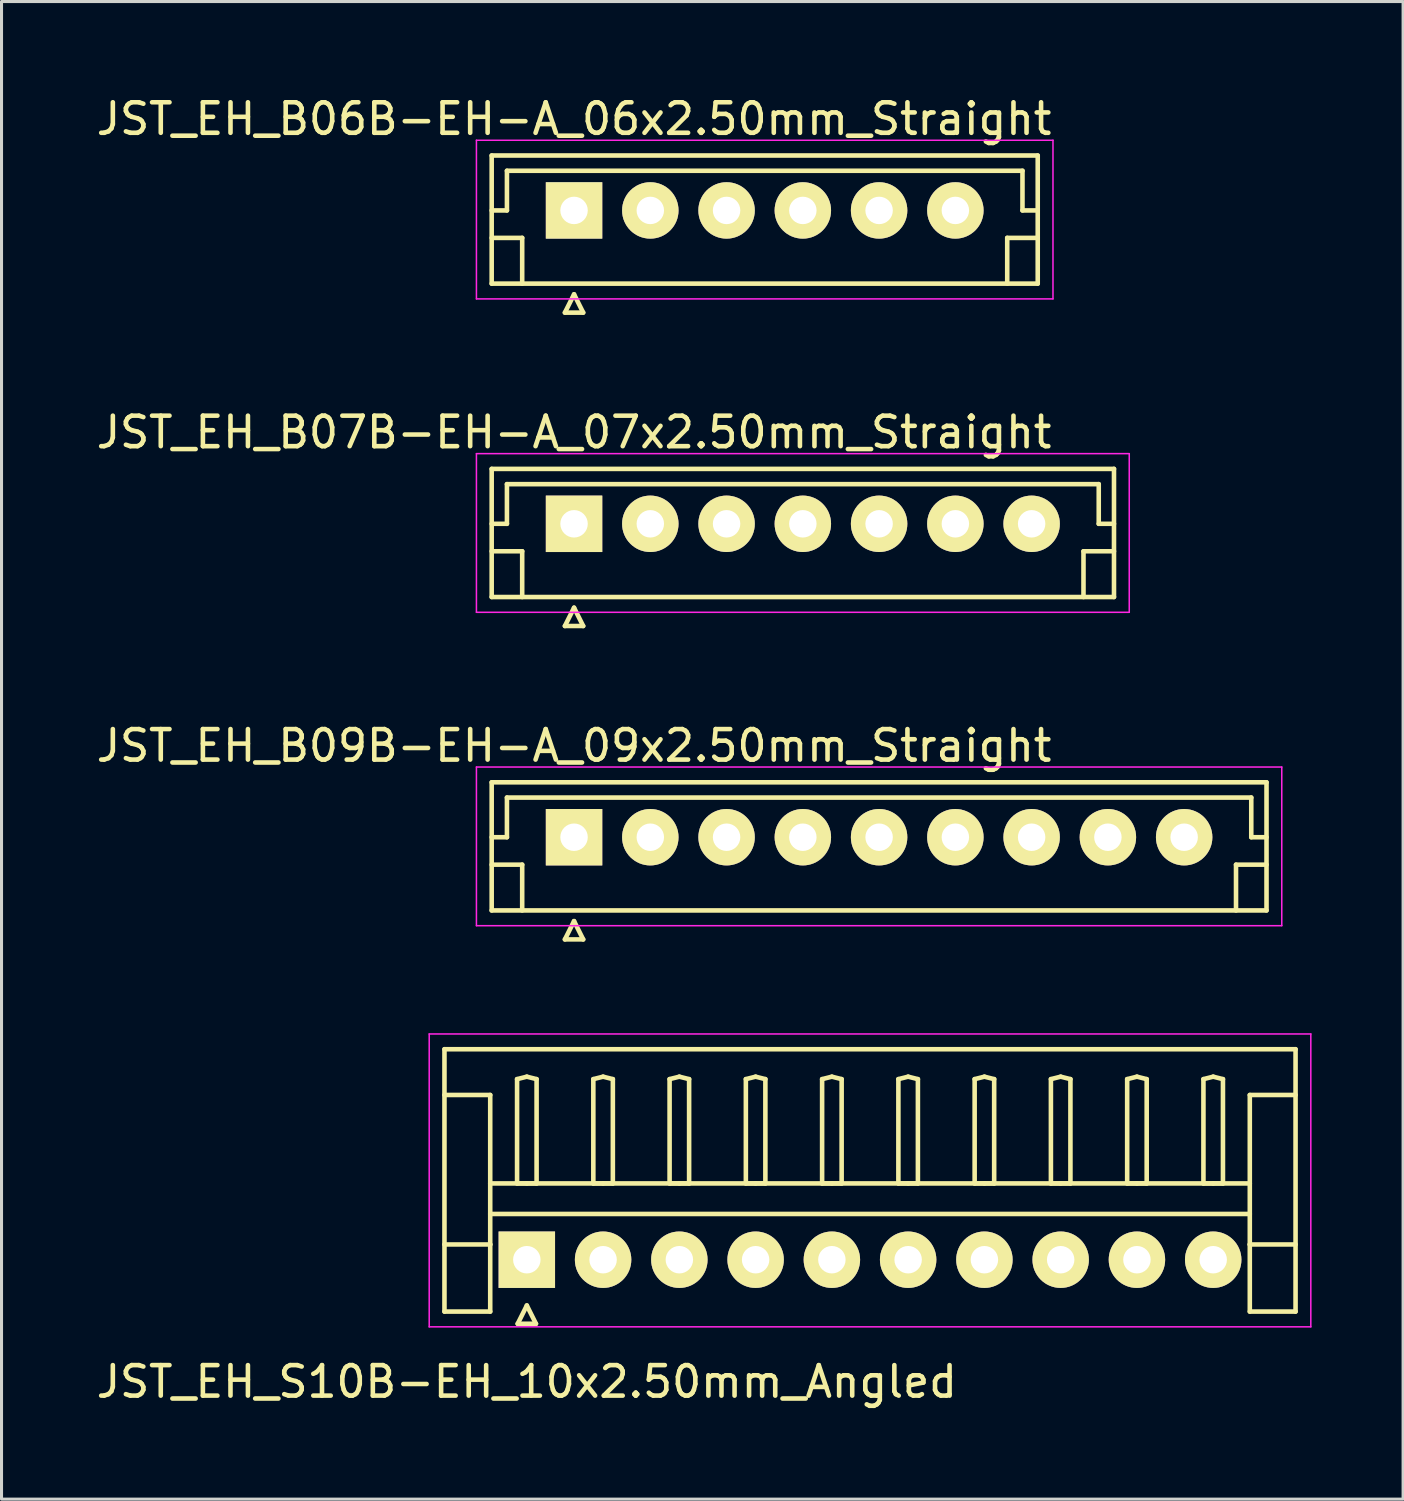
<source format=kicad_pcb>
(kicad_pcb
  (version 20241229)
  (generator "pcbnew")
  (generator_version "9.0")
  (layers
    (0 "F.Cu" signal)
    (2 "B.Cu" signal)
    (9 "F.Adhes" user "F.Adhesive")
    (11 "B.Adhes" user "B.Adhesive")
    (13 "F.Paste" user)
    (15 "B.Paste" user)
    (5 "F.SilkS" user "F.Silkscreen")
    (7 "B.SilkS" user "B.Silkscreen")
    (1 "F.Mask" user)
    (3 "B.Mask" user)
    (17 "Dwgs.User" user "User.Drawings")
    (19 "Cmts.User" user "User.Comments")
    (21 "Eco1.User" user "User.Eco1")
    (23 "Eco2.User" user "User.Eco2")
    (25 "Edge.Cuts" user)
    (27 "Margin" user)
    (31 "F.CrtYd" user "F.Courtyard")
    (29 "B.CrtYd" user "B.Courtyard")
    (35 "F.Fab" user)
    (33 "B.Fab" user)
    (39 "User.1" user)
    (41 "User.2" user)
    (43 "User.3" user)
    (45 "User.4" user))
  (footprint "JST_EH_B07B-EH-A_07x2.50mm_Straight"
    (layer "F.Cu")
    (at 15.768 14.121)
    (property "Reference" "JST_EH_B07B-EH-A_07x2.50mm_Straight" (at 0 -3 0) (layer "F.SilkS") (effects (font (size 1 1) (thickness 0.15))))
    (attr through_hole)
    (fp_line (start -2.7 -1.8) (end -2.7 2.4) (stroke (width 0.15) (type solid)) (layer "F.SilkS"))
    (fp_line (start -2.7 0) (end -2.2 0) (stroke (width 0.15) (type solid)) (layer "F.SilkS"))
    (fp_line (start -2.7 0.9) (end -1.7 0.9) (stroke (width 0.15) (type solid)) (layer "F.SilkS"))
    (fp_line (start -2.7 2.4) (end 17.7 2.4) (stroke (width 0.15) (type solid)) (layer "F.SilkS"))
    (fp_line (start -2.2 -1.3) (end 17.2 -1.3) (stroke (width 0.15) (type solid)) (layer "F.SilkS"))
    (fp_line (start -2.2 0) (end -2.2 -1.3) (stroke (width 0.15) (type solid)) (layer "F.SilkS"))
    (fp_line (start -1.7 0.9) (end -1.7 2.4) (stroke (width 0.15) (type solid)) (layer "F.SilkS"))
    (fp_line (start -0.3 3.35) (end 0.3 3.35) (stroke (width 0.15) (type solid)) (layer "F.SilkS"))
    (fp_line (start 0 2.75) (end -0.3 3.35) (stroke (width 0.15) (type solid)) (layer "F.SilkS"))
    (fp_line (start 0.3 3.35) (end 0 2.75) (stroke (width 0.15) (type solid)) (layer "F.SilkS"))
    (fp_line (start 16.7 0.9) (end 16.7 2.4) (stroke (width 0.15) (type solid)) (layer "F.SilkS"))
    (fp_line (start 17.2 -1.3) (end 17.2 0) (stroke (width 0.15) (type solid)) (layer "F.SilkS"))
    (fp_line (start 17.2 0) (end 17.7 0) (stroke (width 0.15) (type solid)) (layer "F.SilkS"))
    (fp_line (start 17.7 -1.8) (end -2.7 -1.8) (stroke (width 0.15) (type solid)) (layer "F.SilkS"))
    (fp_line (start 17.7 0.9) (end 16.7 0.9) (stroke (width 0.15) (type solid)) (layer "F.SilkS"))
    (fp_line (start 17.7 2.4) (end 17.7 -1.8) (stroke (width 0.15) (type solid)) (layer "F.SilkS"))
    (fp_line (start -3.2 -2.3) (end -3.2 2.9) (stroke (width 0.05) (type solid)) (layer "F.CrtYd"))
    (fp_line (start -3.2 2.9) (end 18.2 2.9) (stroke (width 0.05) (type solid)) (layer "F.CrtYd"))
    (fp_line (start 18.2 -2.3) (end -3.2 -2.3) (stroke (width 0.05) (type solid)) (layer "F.CrtYd"))
    (fp_line (start 18.2 2.9) (end 18.2 -2.3) (stroke (width 0.05) (type solid)) (layer "F.CrtYd"))
    (pad "1" thru_hole rect (at 0 0) (size 1.85 1.85) (drill 0.9) (layers "*.Cu" "*.Mask" "F.SilkS"))
    (pad "2" thru_hole circle (at 2.5 0) (size 1.85 1.85) (drill 0.9) (layers "*.Cu" "*.Mask" "F.SilkS"))
    (pad "3" thru_hole circle (at 5 0) (size 1.85 1.85) (drill 0.9) (layers "*.Cu" "*.Mask" "F.SilkS"))
    (pad "4" thru_hole circle (at 7.5 0) (size 1.85 1.85) (drill 0.9) (layers "*.Cu" "*.Mask" "F.SilkS"))
    (pad "5" thru_hole circle (at 10 0) (size 1.85 1.85) (drill 0.9) (layers "*.Cu" "*.Mask" "F.SilkS"))
    (pad "6" thru_hole circle (at 12.5 0) (size 1.85 1.85) (drill 0.9) (layers "*.Cu" "*.Mask" "F.SilkS"))
    (pad "7" thru_hole circle (at 15 0) (size 1.85 1.85) (drill 0.9) (layers "*.Cu" "*.Mask" "F.SilkS")))
  (footprint "JST_EH_B06B-EH-A_06x2.50mm_Straight"
    (layer "F.Cu")
    (at 15.768 3.848)
    (property "Reference" "JST_EH_B06B-EH-A_06x2.50mm_Straight" (at 0 -3 0) (layer "F.SilkS") (effects (font (size 1 1) (thickness 0.15))))
    (attr through_hole)
    (fp_line (start -2.7 -1.8) (end -2.7 2.4) (stroke (width 0.15) (type solid)) (layer "F.SilkS"))
    (fp_line (start -2.7 0) (end -2.2 0) (stroke (width 0.15) (type solid)) (layer "F.SilkS"))
    (fp_line (start -2.7 0.9) (end -1.7 0.9) (stroke (width 0.15) (type solid)) (layer "F.SilkS"))
    (fp_line (start -2.7 2.4) (end 15.2 2.4) (stroke (width 0.15) (type solid)) (layer "F.SilkS"))
    (fp_line (start -2.2 -1.3) (end 14.7 -1.3) (stroke (width 0.15) (type solid)) (layer "F.SilkS"))
    (fp_line (start -2.2 0) (end -2.2 -1.3) (stroke (width 0.15) (type solid)) (layer "F.SilkS"))
    (fp_line (start -1.7 0.9) (end -1.7 2.4) (stroke (width 0.15) (type solid)) (layer "F.SilkS"))
    (fp_line (start -0.3 3.35) (end 0.3 3.35) (stroke (width 0.15) (type solid)) (layer "F.SilkS"))
    (fp_line (start 0 2.75) (end -0.3 3.35) (stroke (width 0.15) (type solid)) (layer "F.SilkS"))
    (fp_line (start 0.3 3.35) (end 0 2.75) (stroke (width 0.15) (type solid)) (layer "F.SilkS"))
    (fp_line (start 14.2 0.9) (end 14.2 2.4) (stroke (width 0.15) (type solid)) (layer "F.SilkS"))
    (fp_line (start 14.7 -1.3) (end 14.7 0) (stroke (width 0.15) (type solid)) (layer "F.SilkS"))
    (fp_line (start 14.7 0) (end 15.2 0) (stroke (width 0.15) (type solid)) (layer "F.SilkS"))
    (fp_line (start 15.2 -1.8) (end -2.7 -1.8) (stroke (width 0.15) (type solid)) (layer "F.SilkS"))
    (fp_line (start 15.2 0.9) (end 14.2 0.9) (stroke (width 0.15) (type solid)) (layer "F.SilkS"))
    (fp_line (start 15.2 2.4) (end 15.2 -1.8) (stroke (width 0.15) (type solid)) (layer "F.SilkS"))
    (fp_line (start -3.2 -2.3) (end -3.2 2.9) (stroke (width 0.05) (type solid)) (layer "F.CrtYd"))
    (fp_line (start -3.2 2.9) (end 15.7 2.9) (stroke (width 0.05) (type solid)) (layer "F.CrtYd"))
    (fp_line (start 15.7 -2.3) (end -3.2 -2.3) (stroke (width 0.05) (type solid)) (layer "F.CrtYd"))
    (fp_line (start 15.7 2.9) (end 15.7 -2.3) (stroke (width 0.05) (type solid)) (layer "F.CrtYd"))
    (pad "1" thru_hole rect (at 0 0) (size 1.85 1.85) (drill 0.9) (layers "*.Cu" "*.Mask" "F.SilkS"))
    (pad "2" thru_hole circle (at 2.5 0) (size 1.85 1.85) (drill 0.9) (layers "*.Cu" "*.Mask" "F.SilkS"))
    (pad "3" thru_hole circle (at 5 0) (size 1.85 1.85) (drill 0.9) (layers "*.Cu" "*.Mask" "F.SilkS"))
    (pad "4" thru_hole circle (at 7.5 0) (size 1.85 1.85) (drill 0.9) (layers "*.Cu" "*.Mask" "F.SilkS"))
    (pad "5" thru_hole circle (at 10 0) (size 1.85 1.85) (drill 0.9) (layers "*.Cu" "*.Mask" "F.SilkS"))
    (pad "6" thru_hole circle (at 12.5 0) (size 1.85 1.85) (drill 0.9) (layers "*.Cu" "*.Mask" "F.SilkS")))
  (footprint "JST_EH_B09B-EH-A_09x2.50mm_Straight"
    (layer "F.Cu")
    (at 15.768 24.395)
    (property "Reference" "JST_EH_B09B-EH-A_09x2.50mm_Straight" (at 0 -3 0) (layer "F.SilkS") (effects (font (size 1 1) (thickness 0.15))))
    (attr through_hole)
    (fp_line (start -2.7 -1.8) (end -2.7 2.4) (stroke (width 0.15) (type solid)) (layer "F.SilkS"))
    (fp_line (start -2.7 0) (end -2.2 0) (stroke (width 0.15) (type solid)) (layer "F.SilkS"))
    (fp_line (start -2.7 0.9) (end -1.7 0.9) (stroke (width 0.15) (type solid)) (layer "F.SilkS"))
    (fp_line (start -2.7 2.4) (end 22.7 2.4) (stroke (width 0.15) (type solid)) (layer "F.SilkS"))
    (fp_line (start -2.2 -1.3) (end 22.2 -1.3) (stroke (width 0.15) (type solid)) (layer "F.SilkS"))
    (fp_line (start -2.2 0) (end -2.2 -1.3) (stroke (width 0.15) (type solid)) (layer "F.SilkS"))
    (fp_line (start -1.7 0.9) (end -1.7 2.4) (stroke (width 0.15) (type solid)) (layer "F.SilkS"))
    (fp_line (start -0.3 3.35) (end 0.3 3.35) (stroke (width 0.15) (type solid)) (layer "F.SilkS"))
    (fp_line (start 0 2.75) (end -0.3 3.35) (stroke (width 0.15) (type solid)) (layer "F.SilkS"))
    (fp_line (start 0.3 3.35) (end 0 2.75) (stroke (width 0.15) (type solid)) (layer "F.SilkS"))
    (fp_line (start 21.7 0.9) (end 21.7 2.4) (stroke (width 0.15) (type solid)) (layer "F.SilkS"))
    (fp_line (start 22.2 -1.3) (end 22.2 0) (stroke (width 0.15) (type solid)) (layer "F.SilkS"))
    (fp_line (start 22.2 0) (end 22.7 0) (stroke (width 0.15) (type solid)) (layer "F.SilkS"))
    (fp_line (start 22.7 -1.8) (end -2.7 -1.8) (stroke (width 0.15) (type solid)) (layer "F.SilkS"))
    (fp_line (start 22.7 0.9) (end 21.7 0.9) (stroke (width 0.15) (type solid)) (layer "F.SilkS"))
    (fp_line (start 22.7 2.4) (end 22.7 -1.8) (stroke (width 0.15) (type solid)) (layer "F.SilkS"))
    (fp_line (start -3.2 -2.3) (end -3.2 2.9) (stroke (width 0.05) (type solid)) (layer "F.CrtYd"))
    (fp_line (start -3.2 2.9) (end 23.2 2.9) (stroke (width 0.05) (type solid)) (layer "F.CrtYd"))
    (fp_line (start 23.2 -2.3) (end -3.2 -2.3) (stroke (width 0.05) (type solid)) (layer "F.CrtYd"))
    (fp_line (start 23.2 2.9) (end 23.2 -2.3) (stroke (width 0.05) (type solid)) (layer "F.CrtYd"))
    (pad "1" thru_hole rect (at 0 0) (size 1.85 1.85) (drill 0.9) (layers "*.Cu" "*.Mask" "F.SilkS"))
    (pad "2" thru_hole circle (at 2.5 0) (size 1.85 1.85) (drill 0.9) (layers "*.Cu" "*.Mask" "F.SilkS"))
    (pad "3" thru_hole circle (at 5 0) (size 1.85 1.85) (drill 0.9) (layers "*.Cu" "*.Mask" "F.SilkS"))
    (pad "4" thru_hole circle (at 7.5 0) (size 1.85 1.85) (drill 0.9) (layers "*.Cu" "*.Mask" "F.SilkS"))
    (pad "5" thru_hole circle (at 10 0) (size 1.85 1.85) (drill 0.9) (layers "*.Cu" "*.Mask" "F.SilkS"))
    (pad "6" thru_hole circle (at 12.5 0) (size 1.85 1.85) (drill 0.9) (layers "*.Cu" "*.Mask" "F.SilkS"))
    (pad "7" thru_hole circle (at 15 0) (size 1.85 1.85) (drill 0.9) (layers "*.Cu" "*.Mask" "F.SilkS"))
    (pad "8" thru_hole circle (at 17.5 0) (size 1.85 1.85) (drill 0.9) (layers "*.Cu" "*.Mask" "F.SilkS"))
    (pad "9" thru_hole circle (at 20 0) (size 1.85 1.85) (drill 0.9) (layers "*.Cu" "*.Mask" "F.SilkS")))
  (footprint "JST_EH_S10B-EH_10x2.50mm_Angled"
    (layer "F.Cu")
    (at 14.22 38.245)
    (property "Reference" "JST_EH_S10B-EH_10x2.50mm_Angled" (at 0 4 0) (layer "F.SilkS") (effects (font (size 1 1) (thickness 0.15))))
    (attr through_hole)
    (fp_line (start -2.7 -6.9) (end 25.2 -6.9) (stroke (width 0.15) (type solid)) (layer "F.SilkS"))
    (fp_line (start -2.7 -5.4) (end -1.2 -5.4) (stroke (width 0.15) (type solid)) (layer "F.SilkS"))
    (fp_line (start -2.7 1.7) (end -2.7 -6.9) (stroke (width 0.15) (type solid)) (layer "F.SilkS"))
    (fp_line (start -1.2 -5.4) (end -1.2 -0.5) (stroke (width 0.15) (type solid)) (layer "F.SilkS"))
    (fp_line (start -1.2 -2.5) (end 23.7 -2.5) (stroke (width 0.15) (type solid)) (layer "F.SilkS"))
    (fp_line (start -1.2 -1.5) (end 23.7 -1.5) (stroke (width 0.15) (type solid)) (layer "F.SilkS"))
    (fp_line (start -1.2 -0.5) (end -2.7 -0.5) (stroke (width 0.15) (type solid)) (layer "F.SilkS"))
    (fp_line (start -1.2 -0.5) (end -1.2 1.7) (stroke (width 0.15) (type solid)) (layer "F.SilkS"))
    (fp_line (start -1.2 1.7) (end -2.7 1.7) (stroke (width 0.15) (type solid)) (layer "F.SilkS"))
    (fp_line (start -0.32 -5.92) (end 0 -6) (stroke (width 0.15) (type solid)) (layer "F.SilkS"))
    (fp_line (start -0.32 -2.5) (end -0.32 -5.92) (stroke (width 0.15) (type solid)) (layer "F.SilkS"))
    (fp_line (start -0.3 2.1) (end 0.3 2.1) (stroke (width 0.15) (type solid)) (layer "F.SilkS"))
    (fp_line (start 0 -6) (end 0.32 -5.92) (stroke (width 0.15) (type solid)) (layer "F.SilkS"))
    (fp_line (start 0 -2.5) (end -0.32 -2.5) (stroke (width 0.15) (type solid)) (layer "F.SilkS"))
    (fp_line (start 0 1.5) (end -0.3 2.1) (stroke (width 0.15) (type solid)) (layer "F.SilkS"))
    (fp_line (start 0.3 2.1) (end 0 1.5) (stroke (width 0.15) (type solid)) (layer "F.SilkS"))
    (fp_line (start 0.32 -5.92) (end 0.32 -2.5) (stroke (width 0.15) (type solid)) (layer "F.SilkS"))
    (fp_line (start 0.32 -2.5) (end 0 -2.5) (stroke (width 0.15) (type solid)) (layer "F.SilkS"))
    (fp_line (start 2.18 -5.92) (end 2.5 -6) (stroke (width 0.15) (type solid)) (layer "F.SilkS"))
    (fp_line (start 2.18 -2.5) (end 2.18 -5.92) (stroke (width 0.15) (type solid)) (layer "F.SilkS"))
    (fp_line (start 2.5 -6) (end 2.82 -5.92) (stroke (width 0.15) (type solid)) (layer "F.SilkS"))
    (fp_line (start 2.5 -2.5) (end 2.18 -2.5) (stroke (width 0.15) (type solid)) (layer "F.SilkS"))
    (fp_line (start 2.82 -5.92) (end 2.82 -2.5) (stroke (width 0.15) (type solid)) (layer "F.SilkS"))
    (fp_line (start 2.82 -2.5) (end 2.5 -2.5) (stroke (width 0.15) (type solid)) (layer "F.SilkS"))
    (fp_line (start 4.68 -5.92) (end 5 -6) (stroke (width 0.15) (type solid)) (layer "F.SilkS"))
    (fp_line (start 4.68 -2.5) (end 4.68 -5.92) (stroke (width 0.15) (type solid)) (layer "F.SilkS"))
    (fp_line (start 5 -6) (end 5.32 -5.92) (stroke (width 0.15) (type solid)) (layer "F.SilkS"))
    (fp_line (start 5 -2.5) (end 4.68 -2.5) (stroke (width 0.15) (type solid)) (layer "F.SilkS"))
    (fp_line (start 5.32 -5.92) (end 5.32 -2.5) (stroke (width 0.15) (type solid)) (layer "F.SilkS"))
    (fp_line (start 5.32 -2.5) (end 5 -2.5) (stroke (width 0.15) (type solid)) (layer "F.SilkS"))
    (fp_line (start 7.18 -5.92) (end 7.5 -6) (stroke (width 0.15) (type solid)) (layer "F.SilkS"))
    (fp_line (start 7.18 -2.5) (end 7.18 -5.92) (stroke (width 0.15) (type solid)) (layer "F.SilkS"))
    (fp_line (start 7.5 -6) (end 7.82 -5.92) (stroke (width 0.15) (type solid)) (layer "F.SilkS"))
    (fp_line (start 7.5 -2.5) (end 7.18 -2.5) (stroke (width 0.15) (type solid)) (layer "F.SilkS"))
    (fp_line (start 7.82 -5.92) (end 7.82 -2.5) (stroke (width 0.15) (type solid)) (layer "F.SilkS"))
    (fp_line (start 7.82 -2.5) (end 7.5 -2.5) (stroke (width 0.15) (type solid)) (layer "F.SilkS"))
    (fp_line (start 9.68 -5.92) (end 10 -6) (stroke (width 0.15) (type solid)) (layer "F.SilkS"))
    (fp_line (start 9.68 -2.5) (end 9.68 -5.92) (stroke (width 0.15) (type solid)) (layer "F.SilkS"))
    (fp_line (start 10 -6) (end 10.32 -5.92) (stroke (width 0.15) (type solid)) (layer "F.SilkS"))
    (fp_line (start 10 -2.5) (end 9.68 -2.5) (stroke (width 0.15) (type solid)) (layer "F.SilkS"))
    (fp_line (start 10.32 -5.92) (end 10.32 -2.5) (stroke (width 0.15) (type solid)) (layer "F.SilkS"))
    (fp_line (start 10.32 -2.5) (end 10 -2.5) (stroke (width 0.15) (type solid)) (layer "F.SilkS"))
    (fp_line (start 12.18 -5.92) (end 12.5 -6) (stroke (width 0.15) (type solid)) (layer "F.SilkS"))
    (fp_line (start 12.18 -2.5) (end 12.18 -5.92) (stroke (width 0.15) (type solid)) (layer "F.SilkS"))
    (fp_line (start 12.5 -6) (end 12.82 -5.92) (stroke (width 0.15) (type solid)) (layer "F.SilkS"))
    (fp_line (start 12.5 -2.5) (end 12.18 -2.5) (stroke (width 0.15) (type solid)) (layer "F.SilkS"))
    (fp_line (start 12.82 -5.92) (end 12.82 -2.5) (stroke (width 0.15) (type solid)) (layer "F.SilkS"))
    (fp_line (start 12.82 -2.5) (end 12.5 -2.5) (stroke (width 0.15) (type solid)) (layer "F.SilkS"))
    (fp_line (start 14.68 -5.92) (end 15 -6) (stroke (width 0.15) (type solid)) (layer "F.SilkS"))
    (fp_line (start 14.68 -2.5) (end 14.68 -5.92) (stroke (width 0.15) (type solid)) (layer "F.SilkS"))
    (fp_line (start 15 -6) (end 15.32 -5.92) (stroke (width 0.15) (type solid)) (layer "F.SilkS"))
    (fp_line (start 15 -2.5) (end 14.68 -2.5) (stroke (width 0.15) (type solid)) (layer "F.SilkS"))
    (fp_line (start 15.32 -5.92) (end 15.32 -2.5) (stroke (width 0.15) (type solid)) (layer "F.SilkS"))
    (fp_line (start 15.32 -2.5) (end 15 -2.5) (stroke (width 0.15) (type solid)) (layer "F.SilkS"))
    (fp_line (start 17.18 -5.92) (end 17.5 -6) (stroke (width 0.15) (type solid)) (layer "F.SilkS"))
    (fp_line (start 17.18 -2.5) (end 17.18 -5.92) (stroke (width 0.15) (type solid)) (layer "F.SilkS"))
    (fp_line (start 17.5 -6) (end 17.82 -5.92) (stroke (width 0.15) (type solid)) (layer "F.SilkS"))
    (fp_line (start 17.5 -2.5) (end 17.18 -2.5) (stroke (width 0.15) (type solid)) (layer "F.SilkS"))
    (fp_line (start 17.82 -5.92) (end 17.82 -2.5) (stroke (width 0.15) (type solid)) (layer "F.SilkS"))
    (fp_line (start 17.82 -2.5) (end 17.5 -2.5) (stroke (width 0.15) (type solid)) (layer "F.SilkS"))
    (fp_line (start 19.68 -5.92) (end 20 -6) (stroke (width 0.15) (type solid)) (layer "F.SilkS"))
    (fp_line (start 19.68 -2.5) (end 19.68 -5.92) (stroke (width 0.15) (type solid)) (layer "F.SilkS"))
    (fp_line (start 20 -6) (end 20.32 -5.92) (stroke (width 0.15) (type solid)) (layer "F.SilkS"))
    (fp_line (start 20 -2.5) (end 19.68 -2.5) (stroke (width 0.15) (type solid)) (layer "F.SilkS"))
    (fp_line (start 20.32 -5.92) (end 20.32 -2.5) (stroke (width 0.15) (type solid)) (layer "F.SilkS"))
    (fp_line (start 20.32 -2.5) (end 20 -2.5) (stroke (width 0.15) (type solid)) (layer "F.SilkS"))
    (fp_line (start 22.18 -5.92) (end 22.5 -6) (stroke (width 0.15) (type solid)) (layer "F.SilkS"))
    (fp_line (start 22.18 -2.5) (end 22.18 -5.92) (stroke (width 0.15) (type solid)) (layer "F.SilkS"))
    (fp_line (start 22.5 -6) (end 22.82 -5.92) (stroke (width 0.15) (type solid)) (layer "F.SilkS"))
    (fp_line (start 22.5 -2.5) (end 22.18 -2.5) (stroke (width 0.15) (type solid)) (layer "F.SilkS"))
    (fp_line (start 22.82 -5.92) (end 22.82 -2.5) (stroke (width 0.15) (type solid)) (layer "F.SilkS"))
    (fp_line (start 22.82 -2.5) (end 22.5 -2.5) (stroke (width 0.15) (type solid)) (layer "F.SilkS"))
    (fp_line (start 23.7 -5.4) (end 23.7 -0.5) (stroke (width 0.15) (type solid)) (layer "F.SilkS"))
    (fp_line (start 23.7 -0.5) (end 25.2 -0.5) (stroke (width 0.15) (type solid)) (layer "F.SilkS"))
    (fp_line (start 23.7 1.7) (end 23.7 -0.5) (stroke (width 0.15) (type solid)) (layer "F.SilkS"))
    (fp_line (start 25.2 -6.9) (end 25.2 1.7) (stroke (width 0.15) (type solid)) (layer "F.SilkS"))
    (fp_line (start 25.2 -5.4) (end 23.7 -5.4) (stroke (width 0.15) (type solid)) (layer "F.SilkS"))
    (fp_line (start 25.2 1.7) (end 23.7 1.7) (stroke (width 0.15) (type solid)) (layer "F.SilkS"))
    (fp_line (start -3.2 -7.4) (end -3.2 2.2) (stroke (width 0.05) (type solid)) (layer "F.CrtYd"))
    (fp_line (start -3.2 2.2) (end 25.7 2.2) (stroke (width 0.05) (type solid)) (layer "F.CrtYd"))
    (fp_line (start 25.7 -7.4) (end -3.2 -7.4) (stroke (width 0.05) (type solid)) (layer "F.CrtYd"))
    (fp_line (start 25.7 2.2) (end 25.7 -7.4) (stroke (width 0.05) (type solid)) (layer "F.CrtYd"))
    (pad "1" thru_hole rect (at 0 0) (size 1.85 1.85) (drill 0.9) (layers "*.Cu" "*.Mask" "F.SilkS"))
    (pad "2" thru_hole circle (at 2.5 0) (size 1.85 1.85) (drill 0.9) (layers "*.Cu" "*.Mask" "F.SilkS"))
    (pad "3" thru_hole circle (at 5 0) (size 1.85 1.85) (drill 0.9) (layers "*.Cu" "*.Mask" "F.SilkS"))
    (pad "4" thru_hole circle (at 7.5 0) (size 1.85 1.85) (drill 0.9) (layers "*.Cu" "*.Mask" "F.SilkS"))
    (pad "5" thru_hole circle (at 10 0) (size 1.85 1.85) (drill 0.9) (layers "*.Cu" "*.Mask" "F.SilkS"))
    (pad "6" thru_hole circle (at 12.5 0) (size 1.85 1.85) (drill 0.9) (layers "*.Cu" "*.Mask" "F.SilkS"))
    (pad "7" thru_hole circle (at 15 0) (size 1.85 1.85) (drill 0.9) (layers "*.Cu" "*.Mask" "F.SilkS"))
    (pad "8" thru_hole circle (at 17.5 0) (size 1.85 1.85) (drill 0.9) (layers "*.Cu" "*.Mask" "F.SilkS"))
    (pad "9" thru_hole circle (at 20 0) (size 1.85 1.85) (drill 0.9) (layers "*.Cu" "*.Mask" "F.SilkS"))
    (pad "10" thru_hole circle (at 22.5 0) (size 1.85 1.85) (drill 0.9) (layers "*.Cu" "*.Mask" "F.SilkS")))
  (gr_rect
    (start -3 -3)
    (end 42.945 46.093)
    (stroke (width 0.1) (type default))
    (fill no)
    (layer "Edge.Cuts")))
</source>
